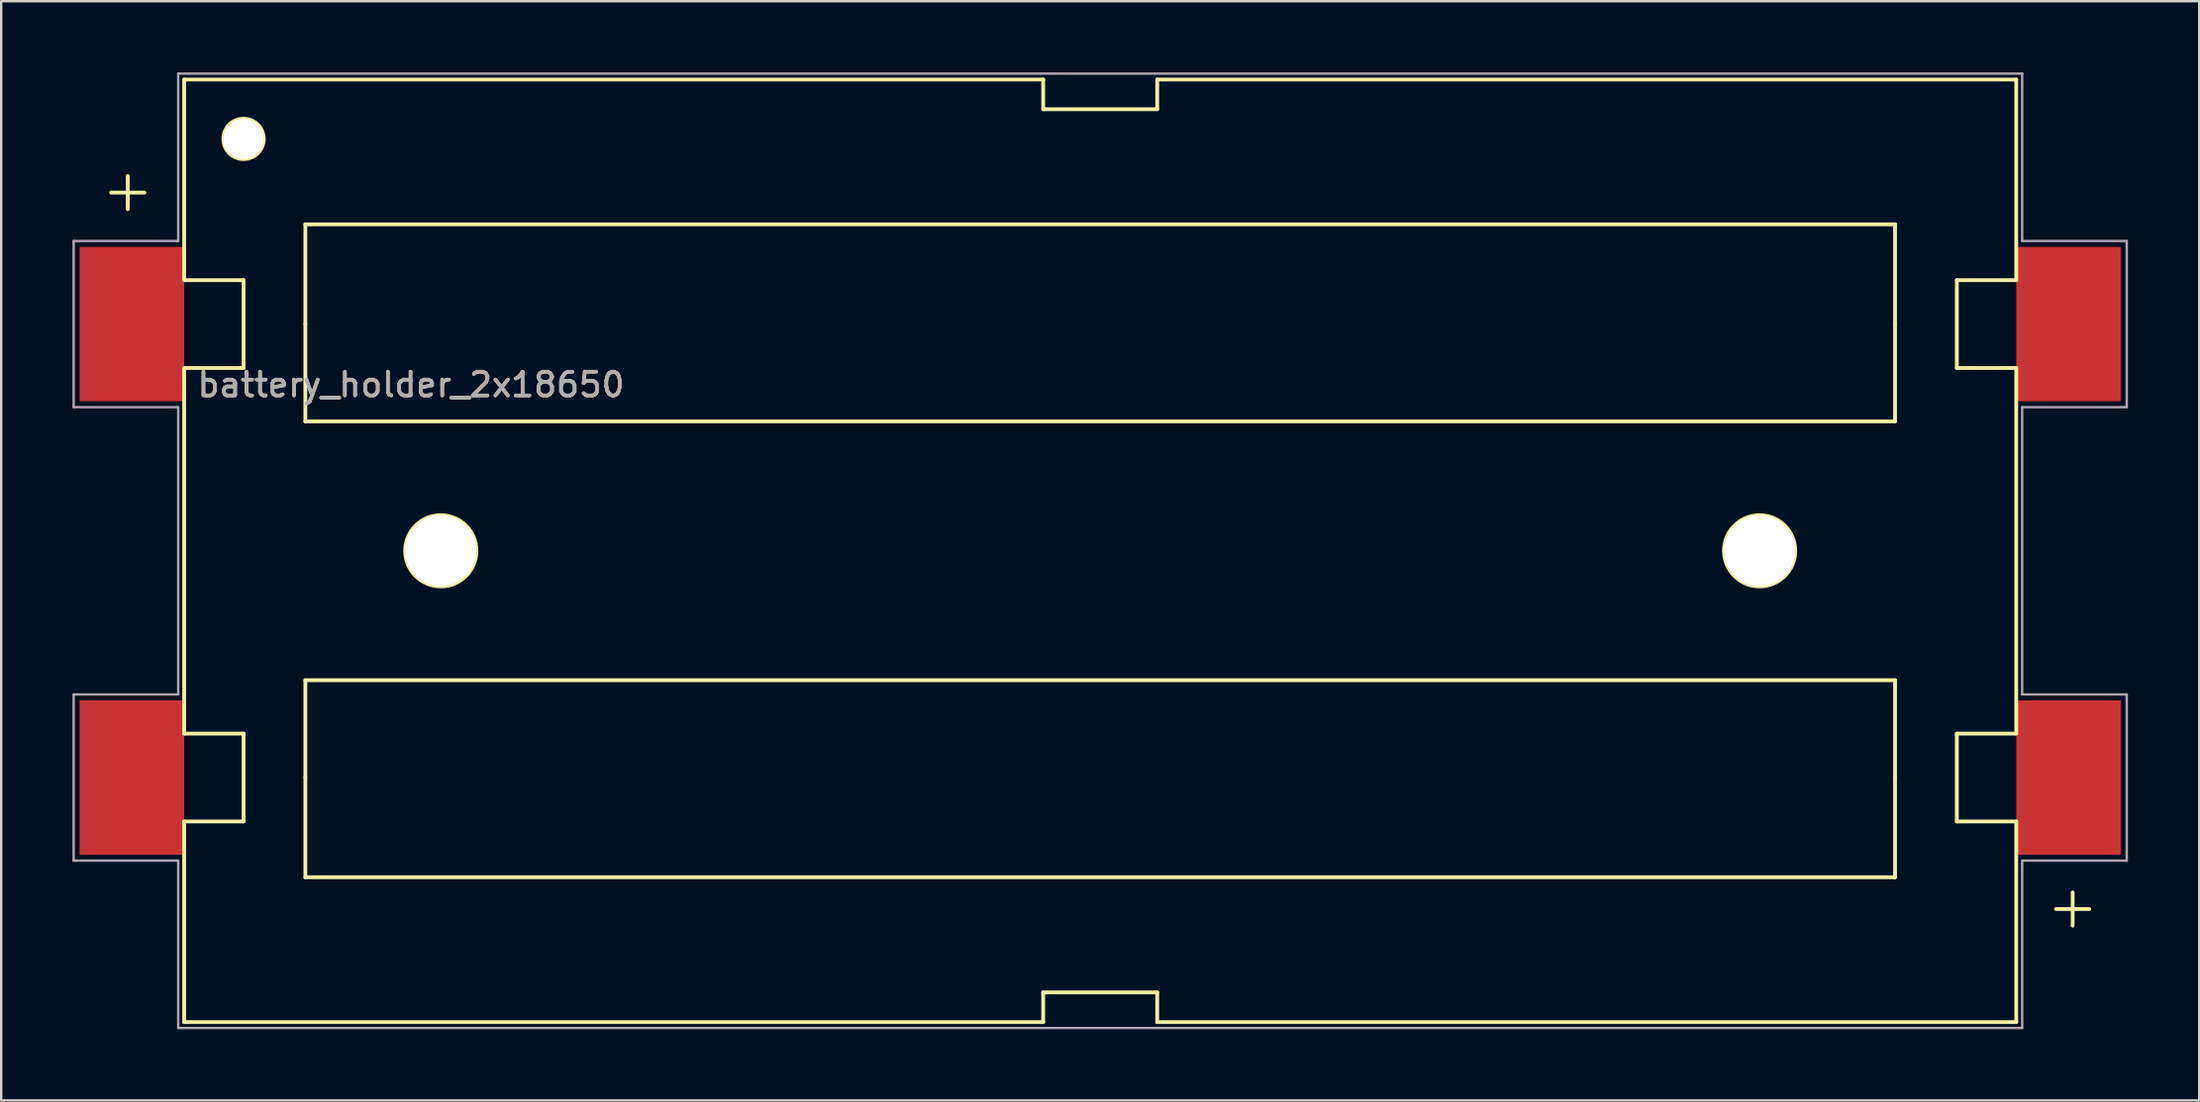
<source format=kicad_pcb>
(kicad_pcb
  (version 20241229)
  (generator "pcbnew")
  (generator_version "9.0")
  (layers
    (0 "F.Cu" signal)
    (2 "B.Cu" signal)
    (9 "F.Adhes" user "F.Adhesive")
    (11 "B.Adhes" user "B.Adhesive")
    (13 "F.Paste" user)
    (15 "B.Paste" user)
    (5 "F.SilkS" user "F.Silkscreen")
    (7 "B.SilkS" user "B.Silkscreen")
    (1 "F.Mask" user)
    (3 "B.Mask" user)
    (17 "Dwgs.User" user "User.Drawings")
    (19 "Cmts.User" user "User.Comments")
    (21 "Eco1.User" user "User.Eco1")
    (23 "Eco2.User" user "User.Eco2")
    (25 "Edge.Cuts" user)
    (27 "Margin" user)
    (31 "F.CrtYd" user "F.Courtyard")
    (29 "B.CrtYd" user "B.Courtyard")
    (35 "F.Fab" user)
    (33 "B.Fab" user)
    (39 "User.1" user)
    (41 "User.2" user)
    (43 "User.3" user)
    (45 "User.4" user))
  (footprint "battery_holder_2x18650"
    (layer "F.Cu")
    (at 43.25 20.15)
    (property "Reference" "battery_holder_2x18650" (at -29 -7 0) (layer "F.SilkS") (effects (font (size 1 1) (thickness 0.15))))
    (attr smd)
    (fp_line (start -41.624 -15.089) (end -40.924 -15.089) (stroke (width 0.16) (type solid)) (layer "F.SilkS"))
    (fp_line (start -40.924 -15.789) (end -40.924 -15.089) (stroke (width 0.16) (type solid)) (layer "F.SilkS"))
    (fp_line (start -40.924 -15.089) (end -40.924 -14.389) (stroke (width 0.16) (type solid)) (layer "F.SilkS"))
    (fp_line (start -40.924 -15.089) (end -40.224 -15.089) (stroke (width 0.16) (type solid)) (layer "F.SilkS"))
    (fp_line (start -38.55 -19.85) (end -38.55 -11.4) (stroke (width 0.16) (type solid)) (layer "F.SilkS"))
    (fp_line (start -38.55 -19.85) (end -2.4 -19.85) (stroke (width 0.16) (type solid)) (layer "F.SilkS"))
    (fp_line (start -38.55 -7.7) (end -36.05 -7.7) (stroke (width 0.16) (type solid)) (layer "F.SilkS"))
    (fp_line (start -38.55 7.7) (end -38.55 -7.7) (stroke (width 0.16) (type solid)) (layer "F.SilkS"))
    (fp_line (start -38.55 11.4) (end -36.05 11.4) (stroke (width 0.16) (type solid)) (layer "F.SilkS"))
    (fp_line (start -38.55 19.85) (end -38.55 11.4) (stroke (width 0.16) (type solid)) (layer "F.SilkS"))
    (fp_line (start -36.05 -11.4) (end -38.55 -11.4) (stroke (width 0.16) (type solid)) (layer "F.SilkS"))
    (fp_line (start -36.05 -7.7) (end -36.05 -11.4) (stroke (width 0.16) (type solid)) (layer "F.SilkS"))
    (fp_line (start -36.05 7.7) (end -38.55 7.7) (stroke (width 0.16) (type solid)) (layer "F.SilkS"))
    (fp_line (start -36.05 11.4) (end -36.05 7.7) (stroke (width 0.16) (type solid)) (layer "F.SilkS"))
    (fp_line (start -33.45 -13.75) (end 33.45 -13.75) (stroke (width 0.16) (type solid)) (layer "F.SilkS"))
    (fp_line (start -33.45 -9.55) (end -33.45 -13.75) (stroke (width 0.16) (type solid)) (layer "F.SilkS"))
    (fp_line (start -33.45 -5.45) (end -33.45 -9.55) (stroke (width 0.16) (type solid)) (layer "F.SilkS"))
    (fp_line (start -33.45 5.45) (end -33.45 9.55) (stroke (width 0.16) (type solid)) (layer "F.SilkS"))
    (fp_line (start -33.45 9.55) (end -33.45 13.75) (stroke (width 0.16) (type solid)) (layer "F.SilkS"))
    (fp_line (start -33.45 13.75) (end 33.45 13.75) (stroke (width 0.16) (type solid)) (layer "F.SilkS"))
    (fp_line (start -2.4 -19.85) (end -2.4 -18.6) (stroke (width 0.16) (type solid)) (layer "F.SilkS"))
    (fp_line (start -2.4 -18.6) (end 2.4 -18.6) (stroke (width 0.16) (type solid)) (layer "F.SilkS"))
    (fp_line (start -2.4 18.6) (end -2.4 19.85) (stroke (width 0.16) (type solid)) (layer "F.SilkS"))
    (fp_line (start -2.4 19.85) (end -38.55 19.85) (stroke (width 0.16) (type solid)) (layer "F.SilkS"))
    (fp_line (start 2.4 -19.85) (end 38.55 -19.85) (stroke (width 0.16) (type solid)) (layer "F.SilkS"))
    (fp_line (start 2.4 -18.6) (end 2.4 -19.85) (stroke (width 0.16) (type solid)) (layer "F.SilkS"))
    (fp_line (start 2.4 18.6) (end -2.4 18.6) (stroke (width 0.16) (type solid)) (layer "F.SilkS"))
    (fp_line (start 2.4 19.85) (end 2.4 18.6) (stroke (width 0.16) (type solid)) (layer "F.SilkS"))
    (fp_line (start 33.45 -13.75) (end 33.45 -9.55) (stroke (width 0.16) (type solid)) (layer "F.SilkS"))
    (fp_line (start 33.45 -9.55) (end 33.45 -5.45) (stroke (width 0.16) (type solid)) (layer "F.SilkS"))
    (fp_line (start 33.45 -5.45) (end -33.45 -5.45) (stroke (width 0.16) (type solid)) (layer "F.SilkS"))
    (fp_line (start 33.45 5.45) (end -33.45 5.45) (stroke (width 0.16) (type solid)) (layer "F.SilkS"))
    (fp_line (start 33.45 9.55) (end 33.45 5.45) (stroke (width 0.16) (type solid)) (layer "F.SilkS"))
    (fp_line (start 33.45 13.75) (end 33.45 9.55) (stroke (width 0.16) (type solid)) (layer "F.SilkS"))
    (fp_line (start 36.05 -11.4) (end 38.55 -11.4) (stroke (width 0.16) (type solid)) (layer "F.SilkS"))
    (fp_line (start 36.05 -7.7) (end 36.05 -11.4) (stroke (width 0.16) (type solid)) (layer "F.SilkS"))
    (fp_line (start 36.05 7.7) (end 38.55 7.7) (stroke (width 0.16) (type solid)) (layer "F.SilkS"))
    (fp_line (start 36.05 11.4) (end 36.05 7.7) (stroke (width 0.16) (type solid)) (layer "F.SilkS"))
    (fp_line (start 38.55 -19.85) (end 38.55 -11.4) (stroke (width 0.16) (type solid)) (layer "F.SilkS"))
    (fp_line (start 38.55 -7.7) (end 36.05 -7.7) (stroke (width 0.16) (type solid)) (layer "F.SilkS"))
    (fp_line (start 38.55 -7.7) (end 38.55 7.7) (stroke (width 0.16) (type solid)) (layer "F.SilkS"))
    (fp_line (start 38.55 11.4) (end 36.05 11.4) (stroke (width 0.16) (type solid)) (layer "F.SilkS"))
    (fp_line (start 38.55 11.4) (end 38.55 19.85) (stroke (width 0.16) (type solid)) (layer "F.SilkS"))
    (fp_line (start 38.55 19.85) (end 2.4 19.85) (stroke (width 0.16) (type solid)) (layer "F.SilkS"))
    (fp_line (start 40.224 15.089) (end 41.624 15.089) (stroke (width 0.16) (type solid)) (layer "F.SilkS"))
    (fp_line (start 40.924 14.389) (end 40.924 15.789) (stroke (width 0.16) (type solid)) (layer "F.SilkS"))
    (fp_circle (center -36.05 -17.35) (end -36.9 -17.35) (stroke (width 0.16) (type solid)) (fill no) (layer "F.SilkS"))
    (fp_circle (center -27.75 0) (end -29.25 0) (stroke (width 0.16) (type solid)) (fill no) (layer "F.SilkS"))
    (fp_circle (center 27.75 0) (end 26.25 0) (stroke (width 0.16) (type solid)) (fill no) (layer "F.SilkS"))
    (fp_line (start -43.2 -13.05) (end -38.8 -13.05) (stroke (width 0.005) (type solid)) (layer "F.CrtYd"))
    (fp_line (start -43.2 -6.05) (end -43.2 -13.05) (stroke (width 0.005) (type solid)) (layer "F.CrtYd"))
    (fp_line (start -43.2 6.05) (end -38.8 6.05) (stroke (width 0.005) (type solid)) (layer "F.CrtYd"))
    (fp_line (start -43.2 13.05) (end -43.2 6.05) (stroke (width 0.005) (type solid)) (layer "F.CrtYd"))
    (fp_line (start -38.8 -20.1) (end 38.8 -20.1) (stroke (width 0.005) (type solid)) (layer "F.CrtYd"))
    (fp_line (start -38.8 -13.05) (end -38.8 -20.1) (stroke (width 0.005) (type solid)) (layer "F.CrtYd"))
    (fp_line (start -38.8 -6.05) (end -43.2 -6.05) (stroke (width 0.005) (type solid)) (layer "F.CrtYd"))
    (fp_line (start -38.8 6.05) (end -38.8 -6.05) (stroke (width 0.005) (type solid)) (layer "F.CrtYd"))
    (fp_line (start -38.8 13.05) (end -43.2 13.05) (stroke (width 0.005) (type solid)) (layer "F.CrtYd"))
    (fp_line (start -38.8 20.1) (end -38.8 13.05) (stroke (width 0.005) (type solid)) (layer "F.CrtYd"))
    (fp_line (start 38.8 -20.1) (end 38.8 -13.05) (stroke (width 0.005) (type solid)) (layer "F.CrtYd"))
    (fp_line (start 38.8 -13.05) (end 43.2 -13.05) (stroke (width 0.005) (type solid)) (layer "F.CrtYd"))
    (fp_line (start 38.8 -6.05) (end 38.8 6.05) (stroke (width 0.005) (type solid)) (layer "F.CrtYd"))
    (fp_line (start 38.8 6.05) (end 43.2 6.05) (stroke (width 0.005) (type solid)) (layer "F.CrtYd"))
    (fp_line (start 38.8 13.05) (end 38.8 20.1) (stroke (width 0.005) (type solid)) (layer "F.CrtYd"))
    (fp_line (start 38.8 20.1) (end -38.8 20.1) (stroke (width 0.005) (type solid)) (layer "F.CrtYd"))
    (fp_line (start 43.2 -13.05) (end 43.2 -6.05) (stroke (width 0.005) (type solid)) (layer "F.CrtYd"))
    (fp_line (start 43.2 -6.05) (end 38.8 -6.05) (stroke (width 0.005) (type solid)) (layer "F.CrtYd"))
    (fp_line (start 43.2 6.05) (end 43.2 13.05) (stroke (width 0.005) (type solid)) (layer "F.CrtYd"))
    (fp_line (start 43.2 13.05) (end 38.8 13.05) (stroke (width 0.005) (type solid)) (layer "F.CrtYd"))
    (fp_line (start -43.2 -13.05) (end -38.8 -13.05) (stroke (width 0.1) (type solid)) (layer "F.Fab"))
    (fp_line (start -43.2 -6.05) (end -43.2 -13.05) (stroke (width 0.1) (type solid)) (layer "F.Fab"))
    (fp_line (start -43.2 6.05) (end -38.8 6.05) (stroke (width 0.1) (type solid)) (layer "F.Fab"))
    (fp_line (start -43.2 13.05) (end -43.2 6.05) (stroke (width 0.1) (type solid)) (layer "F.Fab"))
    (fp_line (start -38.8 -20.1) (end 38.8 -20.1) (stroke (width 0.1) (type solid)) (layer "F.Fab"))
    (fp_line (start -38.8 -13.05) (end -38.8 -20.1) (stroke (width 0.1) (type solid)) (layer "F.Fab"))
    (fp_line (start -38.8 -6.05) (end -43.2 -6.05) (stroke (width 0.1) (type solid)) (layer "F.Fab"))
    (fp_line (start -38.8 6.05) (end -38.8 -6.05) (stroke (width 0.1) (type solid)) (layer "F.Fab"))
    (fp_line (start -38.8 13.05) (end -43.2 13.05) (stroke (width 0.1) (type solid)) (layer "F.Fab"))
    (fp_line (start -38.8 20.1) (end -38.8 13.05) (stroke (width 0.1) (type solid)) (layer "F.Fab"))
    (fp_line (start 38.8 -20.1) (end 38.8 -13.05) (stroke (width 0.1) (type solid)) (layer "F.Fab"))
    (fp_line (start 38.8 -13.05) (end 43.2 -13.05) (stroke (width 0.1) (type solid)) (layer "F.Fab"))
    (fp_line (start 38.8 -6.05) (end 38.8 6.05) (stroke (width 0.1) (type solid)) (layer "F.Fab"))
    (fp_line (start 38.8 6.05) (end 43.2 6.05) (stroke (width 0.1) (type solid)) (layer "F.Fab"))
    (fp_line (start 38.8 13.05) (end 38.8 20.1) (stroke (width 0.1) (type solid)) (layer "F.Fab"))
    (fp_line (start 38.8 20.1) (end -38.8 20.1) (stroke (width 0.1) (type solid)) (layer "F.Fab"))
    (fp_line (start 43.2 -13.05) (end 43.2 -6.05) (stroke (width 0.1) (type solid)) (layer "F.Fab"))
    (fp_line (start 43.2 -6.05) (end 38.8 -6.05) (stroke (width 0.1) (type solid)) (layer "F.Fab"))
    (fp_line (start 43.2 6.05) (end 43.2 13.05) (stroke (width 0.1) (type solid)) (layer "F.Fab"))
    (fp_line (start 43.2 13.05) (end 38.8 13.05) (stroke (width 0.1) (type solid)) (layer "F.Fab"))
    (fp_text user "${REFERENCE}" (at -29 -7 0) (layer "F.Fab") (effects (font (size 1 1) (thickness 0.15))))
    (pad "" np_thru_hole circle (at -36.05 -17.35) (size 1.7 1.7) (drill 1.7) (layers "*.Cu" "*.Mask"))
    (pad "" np_thru_hole circle (at -27.75 0) (size 3 3) (drill 3) (layers "*.Cu" "*.Mask"))
    (pad "" np_thru_hole circle (at 27.75 0) (size 3 3) (drill 3) (layers "*.Cu" "*.Mask"))
    (pad "1" smd rect (at -40.75 -9.55) (size 4.4 6.5) (layers "F.Cu" "F.Mask" "F.Paste"))
    (pad "2" smd rect (at 40.75 -9.55) (size 4.4 6.5) (layers "F.Cu" "F.Mask" "F.Paste"))
    (pad "3" smd rect (at 40.75 9.55) (size 4.4 6.5) (layers "F.Cu" "F.Mask" "F.Paste"))
    (pad "4" smd rect (at -40.75 9.55) (size 4.4 6.5) (layers "F.Cu" "F.Mask" "F.Paste")))
  (gr_rect
    (start -3 -3)
    (end 89.5 43.3)
    (stroke (width 0.1) (type default))
    (fill no)
    (layer "Edge.Cuts")))
</source>
